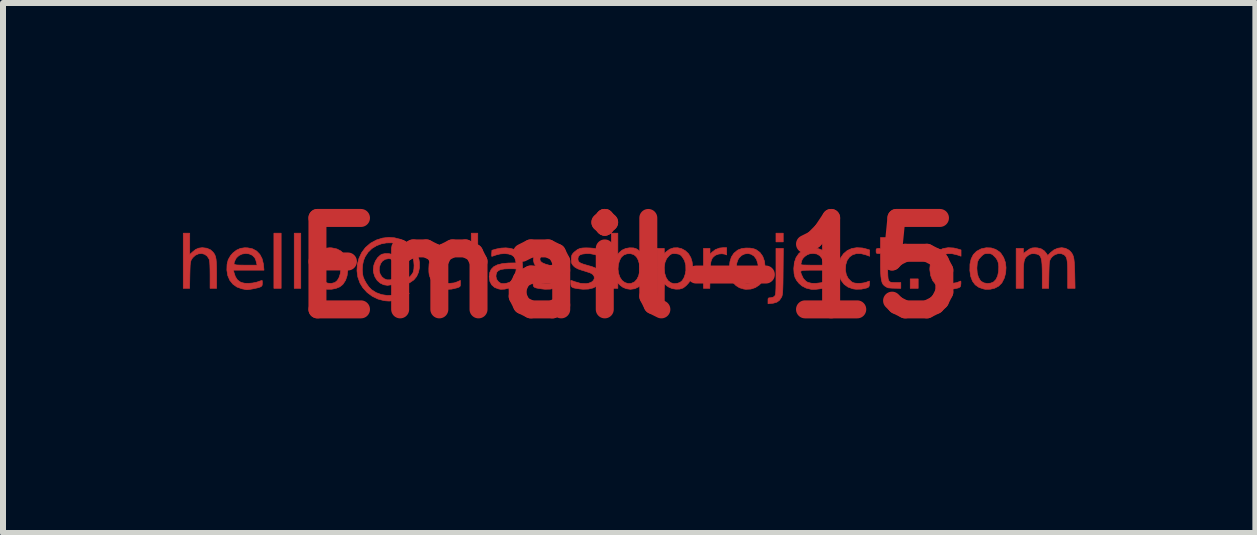
<source format=kicad_pcb>
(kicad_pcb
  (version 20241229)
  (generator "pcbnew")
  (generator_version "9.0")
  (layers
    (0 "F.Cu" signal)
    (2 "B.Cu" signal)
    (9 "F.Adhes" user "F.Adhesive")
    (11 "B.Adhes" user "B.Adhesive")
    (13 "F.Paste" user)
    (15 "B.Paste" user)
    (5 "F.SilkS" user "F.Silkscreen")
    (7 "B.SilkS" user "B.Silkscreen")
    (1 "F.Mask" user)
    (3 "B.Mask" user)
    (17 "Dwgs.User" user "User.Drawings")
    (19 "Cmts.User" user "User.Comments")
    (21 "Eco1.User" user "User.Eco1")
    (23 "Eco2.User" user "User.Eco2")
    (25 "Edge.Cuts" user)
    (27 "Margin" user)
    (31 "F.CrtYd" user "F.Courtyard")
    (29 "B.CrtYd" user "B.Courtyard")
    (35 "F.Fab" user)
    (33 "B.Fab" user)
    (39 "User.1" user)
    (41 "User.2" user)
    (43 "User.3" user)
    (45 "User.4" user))
  (footprint "Email-15"
    (layer "F.Cu")
    (at 7.431 1.418)
    (property "Reference" "Email-15" (at 0 0 0) (layer "F.Cu") (effects (font (size 1.524 1.524) (thickness 0.3))))
    (attr through_hole)
    (fp_poly (pts (xy -5.794 0.339) (xy -5.915 0.339) (xy -5.915 -0.581) (xy -5.794 -0.581) (xy -5.794 0.339)) (stroke (width 0.01) (type solid)) (fill yes) (layer "F.Cu"))
    (fp_poly (pts (xy -5.467 0.339) (xy -5.576 0.339) (xy -5.576 -0.581) (xy -5.467 -0.581) (xy -5.467 0.339)) (stroke (width 0.01) (type solid)) (fill yes) (layer "F.Cu"))
    (fp_poly (pts (xy -2.516 0.339) (xy -2.625 0.339) (xy -2.625 -0.581) (xy -2.516 -0.581) (xy -2.516 0.339)) (stroke (width 0.01) (type solid)) (fill yes) (layer "F.Cu"))
    (fp_poly (pts (xy 2.576 -0.435) (xy 2.455 -0.435) (xy 2.455 -0.581) (xy 2.576 -0.581) (xy 2.576 -0.435)) (stroke (width 0.01) (type solid)) (fill yes) (layer "F.Cu"))
    (fp_poly (pts (xy 4.826 0.339) (xy 4.693 0.339) (xy 4.693 0.181) (xy 4.826 0.181) (xy 4.826 0.339)) (stroke (width 0.01) (type solid)) (fill yes) (layer "F.Cu"))
    (fp_poly (pts (xy 1.633 -0.218) (xy 1.6 -0.231) (xy 1.554 -0.238) (xy 1.501 -0.233) (xy 1.452 -0.216) (xy 1.434 -0.204) (xy 1.41 -0.183) (xy 1.392 -0.161) (xy 1.379 -0.133) (xy 1.369 -0.097) (xy 1.363 -0.048) (xy 1.36 0.017) (xy 1.357 0.102) (xy 1.357 0.118) (xy 1.352 0.339) (xy 1.246 0.339) (xy 1.246 -0.327) (xy 1.355 -0.327) (xy 1.355 -0.227) (xy 1.389 -0.264) (xy 1.445 -0.307) (xy 1.515 -0.333) (xy 1.574 -0.339) (xy 1.633 -0.339) (xy 1.633 -0.218)) (stroke (width 0.01) (type solid)) (fill yes) (layer "F.Cu"))
    (fp_poly (pts (xy 2.574 0.057) (xy 2.573 0.165) (xy 2.572 0.251) (xy 2.57 0.318) (xy 2.568 0.37) (xy 2.566 0.409) (xy 2.562 0.437) (xy 2.558 0.458) (xy 2.553 0.475) (xy 2.546 0.489) (xy 2.513 0.538) (xy 2.47 0.569) (xy 2.413 0.586) (xy 2.391 0.589) (xy 2.322 0.596) (xy 2.322 0.546) (xy 2.323 0.514) (xy 2.331 0.5) (xy 2.35 0.496) (xy 2.364 0.496) (xy 2.409 0.486) (xy 2.431 0.469) (xy 2.438 0.461) (xy 2.443 0.451) (xy 2.447 0.436) (xy 2.45 0.414) (xy 2.452 0.382) (xy 2.454 0.338) (xy 2.455 0.278) (xy 2.455 0.2) (xy 2.455 0.102) (xy 2.455 0.058) (xy 2.455 -0.327) (xy 2.578 -0.327) (xy 2.574 0.057)) (stroke (width 0.01) (type solid)) (fill yes) (layer "F.Cu"))
    (fp_poly (pts (xy 4.318 -0.327) (xy 4.536 -0.327) (xy 4.536 -0.242) (xy 4.318 -0.242) (xy 4.318 -0.027) (xy 4.318 0.06) (xy 4.32 0.126) (xy 4.324 0.174) (xy 4.333 0.206) (xy 4.347 0.226) (xy 4.368 0.237) (xy 4.397 0.241) (xy 4.437 0.242) (xy 4.446 0.242) (xy 4.536 0.242) (xy 4.536 0.339) (xy 4.442 0.337) (xy 4.394 0.336) (xy 4.352 0.333) (xy 4.326 0.33) (xy 4.324 0.33) (xy 4.299 0.319) (xy 4.267 0.299) (xy 4.262 0.295) (xy 4.24 0.273) (xy 4.224 0.242) (xy 4.212 0.197) (xy 4.204 0.138) (xy 4.199 0.06) (xy 4.197 -0.038) (xy 4.197 -0.064) (xy 4.197 -0.242) (xy 4.161 -0.242) (xy 4.136 -0.244) (xy 4.126 -0.256) (xy 4.124 -0.284) (xy 4.126 -0.313) (xy 4.137 -0.324) (xy 4.161 -0.327) (xy 4.197 -0.327) (xy 4.197 -0.508) (xy 4.318 -0.508) (xy 4.318 -0.327)) (stroke (width 0.01) (type solid)) (fill yes) (layer "F.Cu"))
    (fp_poly (pts (xy -7.318 -0.225) (xy -7.272 -0.267) (xy -7.22 -0.309) (xy -7.169 -0.331) (xy -7.112 -0.339) (xy -7.107 -0.339) (xy -7.033 -0.33) (xy -6.973 -0.304) (xy -6.936 -0.271) (xy -6.915 -0.246) (xy -6.899 -0.219) (xy -6.887 -0.186) (xy -6.879 -0.145) (xy -6.874 -0.091) (xy -6.871 -0.021) (xy -6.87 0.068) (xy -6.87 0.101) (xy -6.87 0.339) (xy -6.979 0.339) (xy -6.979 0.115) (xy -6.98 0.023) (xy -6.982 -0.046) (xy -6.985 -0.097) (xy -6.99 -0.132) (xy -6.996 -0.15) (xy -7.027 -0.198) (xy -7.07 -0.229) (xy -7.12 -0.242) (xy -7.173 -0.236) (xy -7.224 -0.213) (xy -7.268 -0.172) (xy -7.287 -0.145) (xy -7.296 -0.127) (xy -7.302 -0.107) (xy -7.307 -0.08) (xy -7.311 -0.042) (xy -7.313 0.011) (xy -7.315 0.082) (xy -7.316 0.118) (xy -7.32 0.339) (xy -7.426 0.339) (xy -7.426 -0.581) (xy -7.318 -0.581) (xy -7.318 -0.225)) (stroke (width 0.01) (type solid)) (fill yes) (layer "F.Cu"))
    (fp_poly (pts (xy -2.936 -0.333) (xy -2.871 -0.318) (xy -2.806 -0.298) (xy -2.806 -0.195) (xy -2.872 -0.219) (xy -2.958 -0.239) (xy -3.035 -0.239) (xy -3.1 -0.218) (xy -3.153 -0.18) (xy -3.191 -0.124) (xy -3.212 -0.052) (xy -3.215 0.028) (xy -3.201 0.111) (xy -3.172 0.176) (xy -3.127 0.222) (xy -3.067 0.249) (xy -2.996 0.257) (xy -2.91 0.248) (xy -2.863 0.232) (xy -2.806 0.207) (xy -2.806 0.26) (xy -2.807 0.291) (xy -2.814 0.309) (xy -2.834 0.321) (xy -2.864 0.331) (xy -2.955 0.352) (xy -3.04 0.356) (xy -3.081 0.351) (xy -3.164 0.323) (xy -3.231 0.276) (xy -3.284 0.21) (xy -3.299 0.183) (xy -3.316 0.144) (xy -3.326 0.109) (xy -3.331 0.068) (xy -3.332 0.012) (xy -3.332 0.012) (xy -3.328 -0.067) (xy -3.316 -0.128) (xy -3.295 -0.18) (xy -3.261 -0.227) (xy -3.251 -0.237) (xy -3.188 -0.289) (xy -3.112 -0.322) (xy -3.026 -0.337) (xy -2.936 -0.333)) (stroke (width 0.01) (type solid)) (fill yes) (layer "F.Cu"))
    (fp_poly (pts (xy 5.419 -0.334) (xy 5.477 -0.32) (xy 5.54 -0.301) (xy 5.54 -0.197) (xy 5.476 -0.219) (xy 5.391 -0.239) (xy 5.316 -0.239) (xy 5.251 -0.219) (xy 5.2 -0.179) (xy 5.162 -0.122) (xy 5.142 -0.05) (xy 5.138 0.033) (xy 5.151 0.108) (xy 5.181 0.172) (xy 5.225 0.22) (xy 5.252 0.237) (xy 5.295 0.25) (xy 5.351 0.256) (xy 5.41 0.253) (xy 5.465 0.244) (xy 5.485 0.237) (xy 5.515 0.225) (xy 5.533 0.218) (xy 5.536 0.218) (xy 5.538 0.228) (xy 5.538 0.255) (xy 5.537 0.268) (xy 5.533 0.301) (xy 5.521 0.319) (xy 5.495 0.331) (xy 5.491 0.333) (xy 5.403 0.352) (xy 5.312 0.354) (xy 5.261 0.347) (xy 5.18 0.318) (xy 5.115 0.271) (xy 5.066 0.207) (xy 5.034 0.127) (xy 5.02 0.032) (xy 5.02 0.005) (xy 5.03 -0.09) (xy 5.059 -0.172) (xy 5.106 -0.239) (xy 5.167 -0.291) (xy 5.241 -0.325) (xy 5.326 -0.339) (xy 5.419 -0.334)) (stroke (width 0.01) (type solid)) (fill yes) (layer "F.Cu"))
    (fp_poly (pts (xy 3.895 -0.334) (xy 3.953 -0.32) (xy 4.016 -0.301) (xy 4.016 -0.196) (xy 3.955 -0.219) (xy 3.873 -0.24) (xy 3.798 -0.241) (xy 3.733 -0.221) (xy 3.68 -0.183) (xy 3.641 -0.127) (xy 3.618 -0.054) (xy 3.618 -0.049) (xy 3.613 0.036) (xy 3.628 0.113) (xy 3.661 0.177) (xy 3.711 0.226) (xy 3.736 0.242) (xy 3.772 0.252) (xy 3.821 0.256) (xy 3.877 0.254) (xy 3.928 0.246) (xy 3.961 0.237) (xy 3.991 0.225) (xy 4.009 0.218) (xy 4.012 0.218) (xy 4.014 0.228) (xy 4.014 0.255) (xy 4.013 0.268) (xy 4.009 0.301) (xy 3.997 0.319) (xy 3.971 0.331) (xy 3.967 0.333) (xy 3.879 0.352) (xy 3.788 0.354) (xy 3.737 0.347) (xy 3.656 0.318) (xy 3.591 0.271) (xy 3.542 0.207) (xy 3.51 0.127) (xy 3.496 0.032) (xy 3.496 0.005) (xy 3.506 -0.09) (xy 3.535 -0.172) (xy 3.582 -0.239) (xy 3.643 -0.291) (xy 3.717 -0.325) (xy 3.802 -0.339) (xy 3.895 -0.334)) (stroke (width 0.01) (type solid)) (fill yes) (layer "F.Cu"))
    (fp_poly (pts (xy 2.023 -0.332) (xy 2.087 -0.32) (xy 2.125 -0.305) (xy 2.188 -0.259) (xy 2.234 -0.195) (xy 2.263 -0.114) (xy 2.275 -0.016) (xy 2.276 0.006) (xy 2.268 0.107) (xy 2.242 0.192) (xy 2.2 0.259) (xy 2.178 0.282) (xy 2.112 0.326) (xy 2.035 0.351) (xy 1.953 0.355) (xy 1.915 0.35) (xy 1.846 0.329) (xy 1.79 0.294) (xy 1.75 0.254) (xy 1.714 0.2) (xy 1.691 0.136) (xy 1.679 0.057) (xy 1.679 0.051) (xy 1.793 0.051) (xy 1.802 0.107) (xy 1.828 0.168) (xy 1.868 0.215) (xy 1.917 0.245) (xy 1.971 0.257) (xy 2.026 0.25) (xy 2.078 0.223) (xy 2.1 0.202) (xy 2.134 0.149) (xy 2.155 0.082) (xy 2.161 0.007) (xy 2.154 -0.068) (xy 2.132 -0.138) (xy 2.127 -0.149) (xy 2.09 -0.198) (xy 2.043 -0.229) (xy 1.99 -0.242) (xy 1.935 -0.235) (xy 1.883 -0.211) (xy 1.84 -0.168) (xy 1.822 -0.139) (xy 1.803 -0.085) (xy 1.793 -0.018) (xy 1.793 0.051) (xy 1.679 0.051) (xy 1.678 -0.007) (xy 1.687 -0.103) (xy 1.711 -0.182) (xy 1.753 -0.246) (xy 1.812 -0.295) (xy 1.832 -0.306) (xy 1.886 -0.325) (xy 1.953 -0.333) (xy 2.023 -0.332)) (stroke (width 0.01) (type solid)) (fill yes) (layer "F.Cu"))
    (fp_poly (pts (xy -4.949 -0.336) (xy -4.865 -0.318) (xy -4.796 -0.282) (xy -4.743 -0.228) (xy -4.706 -0.156) (xy -4.686 -0.068) (xy -4.683 0.036) (xy -4.683 0.04) (xy -4.695 0.13) (xy -4.72 0.204) (xy -4.761 0.267) (xy -4.77 0.277) (xy -4.817 0.314) (xy -4.881 0.34) (xy -4.953 0.354) (xy -5.027 0.354) (xy -5.056 0.35) (xy -5.129 0.324) (xy -5.189 0.278) (xy -5.236 0.215) (xy -5.268 0.135) (xy -5.283 0.042) (xy -5.283 0.038) (xy -5.282 -0.025) (xy -5.163 -0.025) (xy -5.162 0.047) (xy -5.15 0.116) (xy -5.128 0.174) (xy -5.112 0.198) (xy -5.07 0.233) (xy -5.015 0.253) (xy -4.956 0.257) (xy -4.9 0.242) (xy -4.896 0.24) (xy -4.858 0.208) (xy -4.829 0.159) (xy -4.809 0.097) (xy -4.799 0.028) (xy -4.801 -0.042) (xy -4.814 -0.108) (xy -4.838 -0.163) (xy -4.879 -0.209) (xy -4.928 -0.235) (xy -4.983 -0.242) (xy -5.038 -0.23) (xy -5.089 -0.2) (xy -5.13 -0.151) (xy -5.132 -0.147) (xy -5.153 -0.092) (xy -5.163 -0.025) (xy -5.282 -0.025) (xy -5.282 -0.055) (xy -5.267 -0.132) (xy -5.236 -0.198) (xy -5.191 -0.253) (xy -5.13 -0.302) (xy -5.063 -0.329) (xy -4.986 -0.338) (xy -4.949 -0.336)) (stroke (width 0.01) (type solid)) (fill yes) (layer "F.Cu"))
    (fp_poly (pts (xy -0.181 -0.227) (xy -0.155 -0.26) (xy -0.111 -0.298) (xy -0.052 -0.325) (xy 0.014 -0.337) (xy 0.08 -0.335) (xy 0.124 -0.322) (xy 0.162 -0.298) (xy 0.204 -0.26) (xy 0.243 -0.214) (xy 0.272 -0.167) (xy 0.276 -0.159) (xy 0.287 -0.119) (xy 0.294 -0.062) (xy 0.296 0.006) (xy 0.295 0.067) (xy 0.292 0.112) (xy 0.284 0.147) (xy 0.272 0.181) (xy 0.268 0.189) (xy 0.225 0.261) (xy 0.168 0.313) (xy 0.102 0.345) (xy 0.028 0.355) (xy -0.04 0.345) (xy -0.096 0.322) (xy -0.14 0.29) (xy -0.181 0.249) (xy -0.181 0.339) (xy -0.29 0.339) (xy -0.29 0.016) (xy -0.178 0.016) (xy -0.17 0.086) (xy -0.147 0.153) (xy -0.112 0.206) (xy -0.066 0.241) (xy -0.014 0.259) (xy 0.04 0.257) (xy 0.094 0.233) (xy 0.097 0.231) (xy 0.136 0.189) (xy 0.164 0.133) (xy 0.18 0.068) (xy 0.184 -0.002) (xy 0.177 -0.071) (xy 0.158 -0.134) (xy 0.129 -0.186) (xy 0.088 -0.222) (xy 0.084 -0.224) (xy 0.03 -0.24) (xy -0.029 -0.237) (xy -0.082 -0.217) (xy -0.123 -0.18) (xy -0.153 -0.125) (xy -0.172 -0.058) (xy -0.178 0.016) (xy -0.29 0.016) (xy -0.29 -0.581) (xy -0.181 -0.581) (xy -0.181 -0.227)) (stroke (width 0.01) (type solid)) (fill yes) (layer "F.Cu"))
    (fp_poly (pts (xy 6.042 -0.335) (xy 6.117 -0.311) (xy 6.182 -0.268) (xy 6.205 -0.245) (xy 6.25 -0.176) (xy 6.279 -0.095) (xy 6.29 -0.007) (xy 6.284 0.083) (xy 6.261 0.169) (xy 6.221 0.247) (xy 6.216 0.253) (xy 6.167 0.302) (xy 6.102 0.336) (xy 6.027 0.354) (xy 5.947 0.355) (xy 5.919 0.35) (xy 5.84 0.324) (xy 5.777 0.28) (xy 5.731 0.219) (xy 5.701 0.139) (xy 5.687 0.042) (xy 5.687 0.04) (xy 5.688 0.002) (xy 5.804 0.002) (xy 5.81 0.082) (xy 5.829 0.151) (xy 5.86 0.205) (xy 5.876 0.222) (xy 5.922 0.248) (xy 5.977 0.258) (xy 6.034 0.252) (xy 6.081 0.233) (xy 6.121 0.193) (xy 6.15 0.134) (xy 6.165 0.062) (xy 6.166 0.055) (xy 6.169 -0.021) (xy 6.163 -0.08) (xy 6.147 -0.128) (xy 6.12 -0.169) (xy 6.101 -0.189) (xy 6.07 -0.219) (xy 6.045 -0.234) (xy 6.018 -0.241) (xy 5.987 -0.242) (xy 5.951 -0.24) (xy 5.925 -0.233) (xy 5.9 -0.215) (xy 5.873 -0.189) (xy 5.837 -0.148) (xy 5.818 -0.109) (xy 5.811 -0.083) (xy 5.804 0.002) (xy 5.688 0.002) (xy 5.689 -0.065) (xy 5.709 -0.153) (xy 5.745 -0.224) (xy 5.799 -0.279) (xy 5.87 -0.317) (xy 5.879 -0.321) (xy 5.961 -0.338) (xy 6.042 -0.335)) (stroke (width 0.01) (type solid)) (fill yes) (layer "F.Cu"))
    (fp_poly (pts (xy 0.883 -0.322) (xy 0.944 -0.288) (xy 0.997 -0.238) (xy 1.036 -0.172) (xy 1.037 -0.169) (xy 1.057 -0.102) (xy 1.066 -0.024) (xy 1.065 0.056) (xy 1.055 0.132) (xy 1.034 0.194) (xy 1.033 0.197) (xy 1.002 0.245) (xy 0.96 0.291) (xy 0.916 0.327) (xy 0.902 0.335) (xy 0.85 0.351) (xy 0.788 0.353) (xy 0.725 0.343) (xy 0.672 0.321) (xy 0.638 0.299) (xy 0.613 0.278) (xy 0.606 0.269) (xy 0.6 0.268) (xy 0.597 0.287) (xy 0.594 0.328) (xy 0.593 0.39) (xy 0.593 0.42) (xy 0.593 0.593) (xy 0.472 0.593) (xy 0.472 0.001) (xy 0.593 0.001) (xy 0.6 0.087) (xy 0.622 0.157) (xy 0.655 0.21) (xy 0.7 0.245) (xy 0.753 0.261) (xy 0.814 0.255) (xy 0.857 0.239) (xy 0.892 0.21) (xy 0.921 0.163) (xy 0.942 0.103) (xy 0.953 0.042) (xy 0.951 -0.049) (xy 0.93 -0.126) (xy 0.89 -0.189) (xy 0.864 -0.216) (xy 0.838 -0.23) (xy 0.802 -0.237) (xy 0.785 -0.239) (xy 0.744 -0.241) (xy 0.716 -0.236) (xy 0.692 -0.221) (xy 0.678 -0.21) (xy 0.632 -0.157) (xy 0.604 -0.09) (xy 0.593 -0.008) (xy 0.593 0.001) (xy 0.472 0.001) (xy 0.472 -0.327) (xy 0.593 -0.327) (xy 0.593 -0.239) (xy 0.625 -0.271) (xy 0.683 -0.314) (xy 0.748 -0.336) (xy 0.816 -0.338) (xy 0.883 -0.322)) (stroke (width 0.01) (type solid)) (fill yes) (layer "F.Cu"))
    (fp_poly (pts (xy -6.351 -0.336) (xy -6.271 -0.32) (xy -6.203 -0.283) (xy -6.15 -0.228) (xy -6.112 -0.156) (xy -6.09 -0.067) (xy -6.088 -0.045) (xy -6.08 0.036) (xy -6.589 0.036) (xy -6.58 0.076) (xy -6.557 0.145) (xy -6.524 0.196) (xy -6.478 0.231) (xy -6.453 0.242) (xy -6.403 0.254) (xy -6.339 0.256) (xy -6.27 0.25) (xy -6.205 0.237) (xy -6.187 0.231) (xy -6.149 0.218) (xy -6.122 0.209) (xy -6.112 0.206) (xy -6.109 0.216) (xy -6.108 0.243) (xy -6.108 0.254) (xy -6.11 0.286) (xy -6.122 0.305) (xy -6.148 0.319) (xy -6.149 0.319) (xy -6.177 0.328) (xy -6.22 0.338) (xy -6.268 0.348) (xy -6.315 0.356) (xy -6.353 0.361) (xy -6.37 0.362) (xy -6.387 0.359) (xy -6.419 0.352) (xy -6.45 0.346) (xy -6.531 0.317) (xy -6.598 0.269) (xy -6.65 0.205) (xy -6.684 0.126) (xy -6.699 0.035) (xy -6.696 -0.058) (xy -6.69 -0.083) (xy -6.579 -0.083) (xy -6.578 -0.067) (xy -6.564 -0.057) (xy -6.535 -0.051) (xy -6.489 -0.049) (xy -6.422 -0.048) (xy -6.388 -0.048) (xy -6.195 -0.048) (xy -6.207 -0.098) (xy -6.218 -0.136) (xy -6.232 -0.168) (xy -6.235 -0.173) (xy -6.276 -0.213) (xy -6.329 -0.236) (xy -6.387 -0.242) (xy -6.446 -0.233) (xy -6.498 -0.208) (xy -6.54 -0.169) (xy -6.556 -0.141) (xy -6.571 -0.108) (xy -6.579 -0.083) (xy -6.69 -0.083) (xy -6.677 -0.137) (xy -6.638 -0.205) (xy -6.6 -0.249) (xy -6.538 -0.298) (xy -6.474 -0.327) (xy -6.401 -0.338) (xy -6.351 -0.336)) (stroke (width 0.01) (type solid)) (fill yes) (layer "F.Cu"))
    (fp_poly (pts (xy 3.135 -0.331) (xy 3.209 -0.306) (xy 3.271 -0.262) (xy 3.318 -0.202) (xy 3.349 -0.126) (xy 3.362 -0.037) (xy 3.362 -0.022) (xy 3.362 0.036) (xy 3.115 0.036) (xy 3.029 0.036) (xy 2.965 0.037) (xy 2.919 0.039) (xy 2.89 0.043) (xy 2.874 0.05) (xy 2.868 0.062) (xy 2.87 0.078) (xy 2.877 0.1) (xy 2.881 0.11) (xy 2.912 0.176) (xy 2.956 0.222) (xy 2.986 0.239) (xy 3.046 0.254) (xy 3.12 0.256) (xy 3.201 0.246) (xy 3.283 0.225) (xy 3.317 0.212) (xy 3.33 0.21) (xy 3.336 0.22) (xy 3.338 0.25) (xy 3.338 0.257) (xy 3.338 0.311) (xy 3.269 0.33) (xy 3.195 0.346) (xy 3.123 0.355) (xy 3.061 0.357) (xy 3.042 0.355) (xy 2.958 0.335) (xy 2.889 0.299) (xy 2.839 0.256) (xy 2.798 0.205) (xy 2.771 0.153) (xy 2.757 0.093) (xy 2.752 0.017) (xy 2.752 0.006) (xy 2.759 -0.062) (xy 2.871 -0.062) (xy 2.876 -0.056) (xy 2.891 -0.052) (xy 2.919 -0.05) (xy 2.964 -0.049) (xy 3.027 -0.048) (xy 3.06 -0.048) (xy 3.256 -0.048) (xy 3.247 -0.088) (xy 3.223 -0.157) (xy 3.186 -0.205) (xy 3.136 -0.234) (xy 3.072 -0.243) (xy 3.018 -0.237) (xy 2.975 -0.22) (xy 2.933 -0.191) (xy 2.9 -0.155) (xy 2.885 -0.124) (xy 2.877 -0.091) (xy 2.871 -0.07) (xy 2.871 -0.062) (xy 2.759 -0.062) (xy 2.762 -0.092) (xy 2.79 -0.174) (xy 2.836 -0.241) (xy 2.898 -0.292) (xy 2.975 -0.324) (xy 3.05 -0.336) (xy 3.135 -0.331)) (stroke (width 0.01) (type solid)) (fill yes) (layer "F.Cu"))
    (fp_poly (pts (xy -1.276 -0.334) (xy -1.217 -0.329) (xy -1.171 -0.32) (xy -1.158 -0.316) (xy -1.136 -0.304) (xy -1.127 -0.285) (xy -1.125 -0.254) (xy -1.126 -0.224) (xy -1.132 -0.21) (xy -1.149 -0.21) (xy -1.183 -0.22) (xy -1.191 -0.223) (xy -1.236 -0.234) (xy -1.29 -0.24) (xy -1.346 -0.24) (xy -1.395 -0.236) (xy -1.427 -0.226) (xy -1.459 -0.2) (xy -1.478 -0.164) (xy -1.479 -0.131) (xy -1.465 -0.107) (xy -1.436 -0.085) (xy -1.388 -0.065) (xy -1.323 -0.046) (xy -1.238 -0.021) (xy -1.174 0.007) (xy -1.129 0.038) (xy -1.119 0.048) (xy -1.102 0.082) (xy -1.094 0.129) (xy -1.095 0.182) (xy -1.104 0.23) (xy -1.12 0.262) (xy -1.166 0.305) (xy -1.23 0.335) (xy -1.308 0.352) (xy -1.396 0.354) (xy -1.442 0.349) (xy -1.504 0.34) (xy -1.545 0.332) (xy -1.571 0.321) (xy -1.586 0.307) (xy -1.592 0.286) (xy -1.594 0.262) (xy -1.595 0.229) (xy -1.593 0.209) (xy -1.592 0.206) (xy -1.578 0.21) (xy -1.549 0.22) (xy -1.527 0.228) (xy -1.454 0.251) (xy -1.384 0.26) (xy -1.321 0.258) (xy -1.269 0.244) (xy -1.231 0.22) (xy -1.21 0.186) (xy -1.206 0.164) (xy -1.217 0.125) (xy -1.248 0.094) (xy -1.301 0.07) (xy -1.317 0.065) (xy -1.391 0.045) (xy -1.445 0.028) (xy -1.484 0.014) (xy -1.511 0.000399) (xy -1.531 -0.014) (xy -1.542 -0.024) (xy -1.576 -0.075) (xy -1.589 -0.131) (xy -1.583 -0.187) (xy -1.559 -0.24) (xy -1.519 -0.285) (xy -1.464 -0.318) (xy -1.437 -0.327) (xy -1.395 -0.334) (xy -1.338 -0.336) (xy -1.276 -0.334)) (stroke (width 0.01) (type solid)) (fill yes) (layer "F.Cu"))
    (fp_poly (pts (xy 7.283 -0.328) (xy 7.339 -0.298) (xy 7.362 -0.277) (xy 7.384 -0.251) (xy 7.401 -0.223) (xy 7.413 -0.191) (xy 7.422 -0.15) (xy 7.428 -0.096) (xy 7.432 -0.027) (xy 7.435 0.062) (xy 7.436 0.094) (xy 7.441 0.339) (xy 7.318 0.339) (xy 7.318 0.108) (xy 7.317 0.015) (xy 7.315 -0.057) (xy 7.31 -0.112) (xy 7.303 -0.153) (xy 7.292 -0.182) (xy 7.277 -0.204) (xy 7.257 -0.221) (xy 7.256 -0.222) (xy 7.21 -0.24) (xy 7.158 -0.24) (xy 7.106 -0.223) (xy 7.061 -0.19) (xy 7.038 -0.162) (xy 7.028 -0.144) (xy 7.02 -0.126) (xy 7.015 -0.104) (xy 7.011 -0.073) (xy 7.009 -0.03) (xy 7.007 0.029) (xy 7.005 0.108) (xy 7.005 0.112) (xy 7.001 0.339) (xy 6.894 0.339) (xy 6.894 0.118) (xy 6.893 0.017) (xy 6.89 -0.063) (xy 6.884 -0.124) (xy 6.873 -0.169) (xy 6.857 -0.2) (xy 6.835 -0.22) (xy 6.805 -0.232) (xy 6.768 -0.238) (xy 6.764 -0.239) (xy 6.721 -0.239) (xy 6.688 -0.229) (xy 6.666 -0.216) (xy 6.638 -0.194) (xy 6.616 -0.172) (xy 6.601 -0.145) (xy 6.591 -0.109) (xy 6.584 -0.061) (xy 6.581 0.003) (xy 6.58 0.086) (xy 6.58 0.118) (xy 6.58 0.339) (xy 6.459 0.339) (xy 6.459 -0.327) (xy 6.58 -0.327) (xy 6.58 -0.242) (xy 6.635 -0.284) (xy 6.682 -0.317) (xy 6.724 -0.334) (xy 6.77 -0.338) (xy 6.811 -0.336) (xy 6.876 -0.32) (xy 6.929 -0.285) (xy 6.961 -0.246) (xy 6.986 -0.209) (xy 7.03 -0.255) (xy 7.089 -0.302) (xy 7.153 -0.33) (xy 7.219 -0.339) (xy 7.283 -0.328)) (stroke (width 0.01) (type solid)) (fill yes) (layer "F.Cu"))
    (fp_poly (pts (xy -1.973 -0.328) (xy -1.912 -0.311) (xy -1.904 -0.307) (xy -1.853 -0.27) (xy -1.811 -0.214) (xy -1.784 -0.146) (xy -1.778 -0.122) (xy -1.774 -0.087) (xy -1.77 -0.034) (xy -1.768 0.031) (xy -1.766 0.103) (xy -1.766 0.141) (xy -1.766 0.339) (xy -1.875 0.339) (xy -1.875 0.239) (xy -1.899 0.269) (xy -1.942 0.307) (xy -2 0.335) (xy -2.066 0.352) (xy -2.133 0.355) (xy -2.168 0.349) (xy -2.235 0.324) (xy -2.284 0.281) (xy -2.314 0.224) (xy -2.325 0.152) (xy -2.325 0.144) (xy -2.325 0.142) (xy -2.213 0.142) (xy -2.202 0.188) (xy -2.173 0.228) (xy -2.133 0.255) (xy -2.123 0.258) (xy -2.082 0.26) (xy -2.033 0.253) (xy -1.988 0.238) (xy -1.982 0.235) (xy -1.937 0.199) (xy -1.904 0.143) (xy -1.887 0.084) (xy -1.88 0.048) (xy -1.876 0.023) (xy -1.875 0.016) (xy -1.886 0.015) (xy -1.916 0.013) (xy -1.96 0.012) (xy -1.99 0.012) (xy -2.071 0.015) (xy -2.132 0.025) (xy -2.173 0.043) (xy -2.199 0.071) (xy -2.211 0.111) (xy -2.213 0.142) (xy -2.325 0.142) (xy -2.317 0.076) (xy -2.292 0.021) (xy -2.25 -0.022) (xy -2.189 -0.053) (xy -2.109 -0.073) (xy -2.008 -0.083) (xy -1.952 -0.084) (xy -1.877 -0.085) (xy -1.887 -0.127) (xy -1.897 -0.161) (xy -1.909 -0.185) (xy -1.91 -0.187) (xy -1.949 -0.216) (xy -2.004 -0.234) (xy -2.07 -0.241) (xy -2.141 -0.235) (xy -2.21 -0.218) (xy -2.247 -0.205) (xy -2.274 -0.196) (xy -2.283 -0.194) (xy -2.285 -0.204) (xy -2.285 -0.231) (xy -2.284 -0.245) (xy -2.28 -0.296) (xy -2.201 -0.318) (xy -2.126 -0.332) (xy -2.048 -0.336) (xy -1.973 -0.328)) (stroke (width 0.01) (type solid)) (fill yes) (layer "F.Cu"))
    (fp_poly (pts (xy -0.646 -0.334) (xy -0.587 -0.329) (xy -0.54 -0.32) (xy -0.529 -0.316) (xy -0.507 -0.304) (xy -0.498 -0.285) (xy -0.496 -0.254) (xy -0.497 -0.224) (xy -0.501 -0.207) (xy -0.503 -0.206) (xy -0.517 -0.209) (xy -0.547 -0.218) (xy -0.569 -0.225) (xy -0.648 -0.24) (xy -0.713 -0.24) (xy -0.774 -0.232) (xy -0.815 -0.217) (xy -0.839 -0.191) (xy -0.847 -0.154) (xy -0.847 -0.15) (xy -0.842 -0.121) (xy -0.827 -0.099) (xy -0.797 -0.08) (xy -0.749 -0.062) (xy -0.694 -0.046) (xy -0.612 -0.023) (xy -0.551 0.002) (xy -0.509 0.031) (xy -0.482 0.065) (xy -0.467 0.108) (xy -0.462 0.143) (xy -0.461 0.187) (xy -0.467 0.219) (xy -0.483 0.249) (xy -0.486 0.253) (xy -0.532 0.3) (xy -0.595 0.333) (xy -0.673 0.351) (xy -0.762 0.354) (xy -0.813 0.349) (xy -0.875 0.34) (xy -0.916 0.332) (xy -0.942 0.321) (xy -0.957 0.307) (xy -0.963 0.286) (xy -0.965 0.262) (xy -0.966 0.229) (xy -0.965 0.209) (xy -0.963 0.206) (xy -0.949 0.21) (xy -0.92 0.22) (xy -0.899 0.228) (xy -0.801 0.256) (xy -0.71 0.26) (xy -0.67 0.254) (xy -0.62 0.235) (xy -0.587 0.206) (xy -0.573 0.171) (xy -0.578 0.136) (xy -0.602 0.104) (xy -0.645 0.08) (xy -0.683 0.068) (xy -0.732 0.052) (xy -0.784 0.036) (xy -0.785 0.036) (xy -0.848 0.014) (xy -0.894 -0.012) (xy -0.915 -0.03) (xy -0.938 -0.055) (xy -0.95 -0.078) (xy -0.955 -0.109) (xy -0.956 -0.143) (xy -0.954 -0.186) (xy -0.948 -0.215) (xy -0.933 -0.239) (xy -0.91 -0.264) (xy -0.854 -0.308) (xy -0.81 -0.327) (xy -0.766 -0.334) (xy -0.709 -0.336) (xy -0.646 -0.334)) (stroke (width 0.01) (type solid)) (fill yes) (layer "F.Cu"))
    (fp_poly (pts (xy -3.905 -0.504) (xy -3.81 -0.48) (xy -3.723 -0.441) (xy -3.645 -0.386) (xy -3.579 -0.318) (xy -3.529 -0.237) (xy -3.497 -0.145) (xy -3.488 -0.089) (xy -3.488 -0.006) (xy -3.505 0.073) (xy -3.536 0.142) (xy -3.58 0.195) (xy -3.584 0.199) (xy -3.651 0.245) (xy -3.722 0.273) (xy -3.784 0.285) (xy -3.846 0.293) (xy -3.846 0.218) (xy -3.889 0.248) (xy -3.955 0.279) (xy -4.021 0.289) (xy -4.085 0.279) (xy -4.143 0.251) (xy -4.193 0.207) (xy -4.23 0.149) (xy -4.253 0.079) (xy -4.256 0.047) (xy -4.159 0.047) (xy -4.144 0.1) (xy -4.116 0.145) (xy -4.077 0.178) (xy -4.03 0.197) (xy -3.976 0.197) (xy -3.931 0.181) (xy -3.893 0.149) (xy -3.867 0.101) (xy -3.854 0.043) (xy -3.856 -0.02) (xy -3.859 -0.031) (xy -3.879 -0.08) (xy -3.914 -0.121) (xy -3.957 -0.148) (xy -3.998 -0.157) (xy -4.058 -0.146) (xy -4.106 -0.115) (xy -4.136 -0.073) (xy -4.157 -0.012) (xy -4.159 0.047) (xy -4.256 0.047) (xy -4.258 0.024) (xy -4.249 -0.046) (xy -4.224 -0.113) (xy -4.187 -0.171) (xy -4.14 -0.215) (xy -4.113 -0.23) (xy -4.06 -0.241) (xy -3.998 -0.24) (xy -3.938 -0.226) (xy -3.89 -0.202) (xy -3.89 -0.201) (xy -3.846 -0.168) (xy -3.846 -0.199) (xy -3.844 -0.219) (xy -3.832 -0.228) (xy -3.803 -0.23) (xy -3.798 -0.23) (xy -3.75 -0.23) (xy -3.75 -0.018) (xy -3.749 0.07) (xy -3.747 0.134) (xy -3.743 0.175) (xy -3.738 0.193) (xy -3.737 0.194) (xy -3.702 0.184) (xy -3.663 0.158) (xy -3.626 0.121) (xy -3.598 0.08) (xy -3.592 0.067) (xy -3.581 0.017) (xy -3.578 -0.045) (xy -3.583 -0.109) (xy -3.595 -0.165) (xy -3.601 -0.183) (xy -3.649 -0.263) (xy -3.711 -0.327) (xy -3.783 -0.374) (xy -3.864 -0.405) (xy -3.95 -0.42) (xy -4.038 -0.419) (xy -4.124 -0.403) (xy -4.206 -0.371) (xy -4.281 -0.325) (xy -4.345 -0.263) (xy -4.395 -0.187) (xy -4.421 -0.123) (xy -4.436 -0.051) (xy -4.441 0.031) (xy -4.434 0.111) (xy -4.427 0.146) (xy -4.405 0.2) (xy -4.371 0.26) (xy -4.331 0.316) (xy -4.29 0.359) (xy -4.211 0.41) (xy -4.121 0.443) (xy -4.025 0.458) (xy -3.928 0.453) (xy -3.835 0.43) (xy -3.76 0.393) (xy -3.716 0.364) (xy -3.659 0.425) (xy -3.689 0.449) (xy -3.718 0.468) (xy -3.757 0.49) (xy -3.78 0.501) (xy -3.817 0.517) (xy -3.856 0.528) (xy -3.903 0.538) (xy -3.966 0.548) (xy -3.979 0.55) (xy -4.008 0.55) (xy -4.049 0.547) (xy -4.082 0.543) (xy -4.181 0.517) (xy -4.275 0.471) (xy -4.361 0.407) (xy -4.432 0.329) (xy -4.48 0.251) (xy -4.516 0.15) (xy -4.53 0.046) (xy -4.524 -0.06) (xy -4.497 -0.161) (xy -4.452 -0.256) (xy -4.389 -0.341) (xy -4.309 -0.41) (xy -4.299 -0.417) (xy -4.204 -0.468) (xy -4.104 -0.499) (xy -4.004 -0.511) (xy -3.905 -0.504)) (stroke (width 0.01) (type solid)) (fill yes) (layer "F.Cu")))
  (gr_rect
    (start -3 -3)
    (end 17.878 5.836)
    (stroke (width 0.1) (type default))
    (fill no)
    (layer "Edge.Cuts")))
</source>
